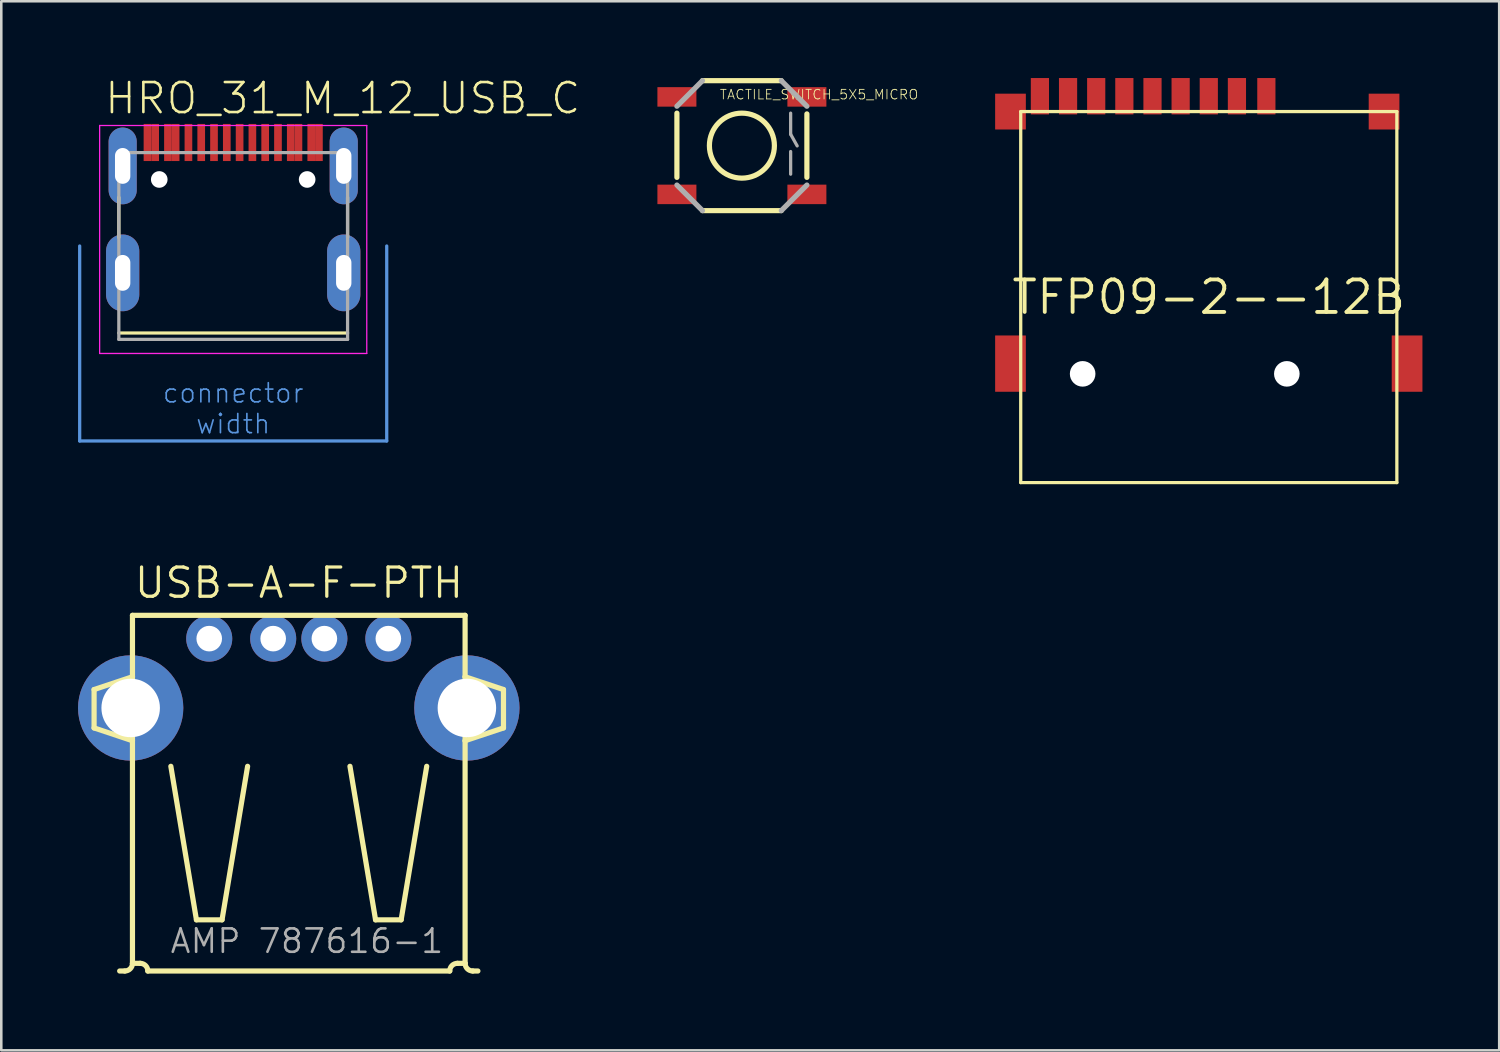
<source format=kicad_pcb>
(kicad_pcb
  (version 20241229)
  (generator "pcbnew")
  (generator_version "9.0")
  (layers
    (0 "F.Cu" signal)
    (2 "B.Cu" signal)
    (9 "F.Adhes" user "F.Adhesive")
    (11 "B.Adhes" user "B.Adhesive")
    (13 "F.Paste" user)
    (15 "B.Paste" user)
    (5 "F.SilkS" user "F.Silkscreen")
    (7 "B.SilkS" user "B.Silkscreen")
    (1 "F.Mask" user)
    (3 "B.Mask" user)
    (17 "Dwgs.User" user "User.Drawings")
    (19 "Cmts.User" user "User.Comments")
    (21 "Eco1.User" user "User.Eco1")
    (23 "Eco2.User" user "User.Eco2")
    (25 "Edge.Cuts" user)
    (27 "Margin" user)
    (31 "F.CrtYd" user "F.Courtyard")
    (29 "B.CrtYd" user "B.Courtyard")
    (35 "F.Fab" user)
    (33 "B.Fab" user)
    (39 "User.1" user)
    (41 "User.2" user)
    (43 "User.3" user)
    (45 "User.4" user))
  (footprint "HRO_31_M_12_USB_C"
    (layer "F.Cu")
    (at 6.064 6.564)
    (property "Reference" "HRO_31_M_12_USB_C" (at -5.086 -5.086 0) (layer "F.SilkS") (effects (font (size 1.173 1.173) (thickness 0.102)) (justify left bottom)))
    (fp_line (start -4.47 -0.335) (end -4.47 -1.9) (stroke (width 0.127) (type solid)) (layer "F.SilkS"))
    (fp_line (start -4.47 3.4) (end 4.47 3.4) (stroke (width 0.127) (type solid)) (layer "F.SilkS"))
    (fp_line (start 4.47 -0.335) (end 4.47 -1.9) (stroke (width 0.127) (type solid)) (layer "F.SilkS"))
    (fp_line (start -6 0) (end -6 7.62) (stroke (width 0.127) (type solid)) (layer "Cmts.User"))
    (fp_line (start -6 7.62) (end 6 7.62) (stroke (width 0.127) (type solid)) (layer "Cmts.User"))
    (fp_line (start 6 7.62) (end 6 0) (stroke (width 0.127) (type solid)) (layer "Cmts.User"))
    (fp_line (start -5.22 -4.71) (end 5.22 -4.71) (stroke (width 0.05) (type solid)) (layer "F.CrtYd"))
    (fp_line (start -5.22 4.2) (end -5.22 -4.71) (stroke (width 0.05) (type solid)) (layer "F.CrtYd"))
    (fp_line (start 5.22 -4.71) (end 5.22 4.2) (stroke (width 0.05) (type solid)) (layer "F.CrtYd"))
    (fp_line (start 5.22 4.2) (end -5.22 4.2) (stroke (width 0.05) (type solid)) (layer "F.CrtYd"))
    (fp_line (start -4.47 -3.65) (end -4.47 3.65) (stroke (width 0.127) (type solid)) (layer "F.Fab"))
    (fp_line (start -4.47 3.65) (end 4.47 3.65) (stroke (width 0.127) (type solid)) (layer "F.Fab"))
    (fp_line (start 4.47 -3.65) (end -4.47 -3.65) (stroke (width 0.127) (type solid)) (layer "F.Fab"))
    (fp_line (start 4.47 3.65) (end 4.47 -3.65) (stroke (width 0.127) (type solid)) (layer "F.Fab"))
    (fp_text user "connector\nwidth" (at 0 6.35 0) (layer "Cmts.User") (effects (font (size 0.748 0.748) (thickness 0.065))))
    (pad "" np_thru_hole circle (at -2.89 -2.6) (size 0.65 0.65) (drill 0.65) (layers "*.Cu" "*.Mask"))
    (pad "" np_thru_hole circle (at 2.89 -2.6) (size 0.65 0.65) (drill 0.65) (layers "*.Cu" "*.Mask"))
    (pad "A1" smd rect (at -3.35 -4.045) (size 0.3 1.45) (layers "F.Cu" "F.Mask" "F.Paste"))
    (pad "A4" smd rect (at -2.55 -4.045) (size 0.3 1.45) (layers "F.Cu" "F.Mask" "F.Paste"))
    (pad "A5" smd rect (at -1.25 -4.045) (size 0.3 1.45) (layers "F.Cu" "F.Mask" "F.Paste"))
    (pad "A6" smd rect (at -0.25 -4.045) (size 0.3 1.45) (layers "F.Cu" "F.Mask" "F.Paste"))
    (pad "A7" smd rect (at 0.25 -4.045) (size 0.3 1.45) (layers "F.Cu" "F.Mask" "F.Paste"))
    (pad "A8" smd rect (at 1.25 -4.045) (size 0.3 1.45) (layers "F.Cu" "F.Mask" "F.Paste"))
    (pad "A9" smd rect (at 2.55 -4.045) (size 0.3 1.45) (layers "F.Cu" "F.Mask" "F.Paste"))
    (pad "A12" smd rect (at 3.35 -4.045) (size 0.3 1.45) (layers "F.Cu" "F.Mask" "F.Paste"))
    (pad "B1" smd rect (at 3.05 -4.045) (size 0.3 1.45) (layers "F.Cu" "F.Mask" "F.Paste"))
    (pad "B4" smd rect (at 2.25 -4.045) (size 0.3 1.45) (layers "F.Cu" "F.Mask" "F.Paste"))
    (pad "B5" smd rect (at 1.75 -4.045) (size 0.3 1.45) (layers "F.Cu" "F.Mask" "F.Paste"))
    (pad "B6" smd rect (at 0.75 -4.045) (size 0.3 1.45) (layers "F.Cu" "F.Mask" "F.Paste"))
    (pad "B7" smd rect (at -0.75 -4.045) (size 0.3 1.45) (layers "F.Cu" "F.Mask" "F.Paste"))
    (pad "B8" smd rect (at -1.75 -4.045) (size 0.3 1.45) (layers "F.Cu" "F.Mask" "F.Paste"))
    (pad "B9" smd rect (at -2.25 -4.045) (size 0.3 1.45) (layers "F.Cu" "F.Mask" "F.Paste"))
    (pad "B12" smd rect (at -3.05 -4.045) (size 0.3 1.45) (layers "F.Cu" "F.Mask" "F.Paste"))
    (pad "S1" thru_hole oval (at -4.32 -3.13 90) (size 3 1.1) (drill oval 1.4 0.6) (layers "*.Cu" "*.Mask"))
    (pad "S2" thru_hole oval (at 4.32 -3.13 90) (size 3 1.1) (drill oval 1.4 0.6) (layers "*.Cu" "*.Mask"))
    (pad "S3" thru_hole oval (at -4.32 1.05 90) (size 3 1.3) (drill oval 1.4 0.6) (layers "*.Cu" "*.Mask"))
    (pad "S4" thru_hole oval (at 4.32 1.05 90) (size 3 1.3) (drill oval 1.4 0.6) (layers "*.Cu" "*.Mask"))
    (zone (net_name "") (layers "F.Cu" "B.Cu") (hatch edge 0.5) (connect_pads) (min_thickness 0.25) (filled_areas_thickness no) (keepout (tracks allowed) (vias not_allowed) (pads allowed) (copperpour allowed) (footprints allowed)) (placement (enabled no)) (fill) (polygon (pts (xy 2.561 10.337) (xy 9.563 10.337) (xy 9.563 4.684) (xy 2.561 4.684)))))
  (footprint "USB-A-F-PTH"
    (layer "F.Cu")
    (at 8.627 27.279)
    (property "Reference" "USB-A-F-PTH" (at -6.5 -6.88 0) (layer "F.SilkS") (effects (font (size 1.143 1.143) (thickness 0.127)) (justify left bottom)))
    (fp_line (start -8 -3.38) (end -8 -1.88) (stroke (width 0.203) (type solid)) (layer "F.SilkS"))
    (fp_line (start -8 -1.88) (end -6.5 -1.38) (stroke (width 0.203) (type solid)) (layer "F.SilkS"))
    (fp_line (start -6.8 7.62) (end -7 7.62) (stroke (width 0.203) (type solid)) (layer "F.SilkS"))
    (fp_line (start -6.5 -6.28) (end -6.5 -3.88) (stroke (width 0.203) (type solid)) (layer "F.SilkS"))
    (fp_line (start -6.5 -3.88) (end -8 -3.38) (stroke (width 0.203) (type solid)) (layer "F.SilkS"))
    (fp_line (start -6.5 -3.88) (end -6.5 -1.38) (stroke (width 0.203) (type solid)) (layer "F.SilkS"))
    (fp_line (start -6.5 -1.38) (end -6.5 7.32) (stroke (width 0.203) (type solid)) (layer "F.SilkS"))
    (fp_line (start -6.5 7.32) (end -6.5 7.32) (stroke (width 0.203) (type solid)) (layer "F.SilkS"))
    (fp_line (start -6.5 7.32) (end -6.2 7.32) (stroke (width 0.203) (type solid)) (layer "F.SilkS"))
    (fp_line (start -5.9 7.62) (end 5.9 7.62) (stroke (width 0.203) (type solid)) (layer "F.SilkS"))
    (fp_line (start -5 -0.38) (end -4 5.62) (stroke (width 0.203) (type solid)) (layer "F.SilkS"))
    (fp_line (start -4 5.62) (end -3 5.62) (stroke (width 0.203) (type solid)) (layer "F.SilkS"))
    (fp_line (start -3 5.62) (end -2 -0.38) (stroke (width 0.203) (type solid)) (layer "F.SilkS"))
    (fp_line (start 3 5.62) (end 2 -0.38) (stroke (width 0.203) (type solid)) (layer "F.SilkS"))
    (fp_line (start 4 5.62) (end 3 5.62) (stroke (width 0.203) (type solid)) (layer "F.SilkS"))
    (fp_line (start 5 -0.38) (end 4 5.62) (stroke (width 0.203) (type solid)) (layer "F.SilkS"))
    (fp_line (start 6.2 7.32) (end 6.5 7.32) (stroke (width 0.203) (type solid)) (layer "F.SilkS"))
    (fp_line (start 6.5 -6.28) (end -6.5 -6.28) (stroke (width 0.203) (type solid)) (layer "F.SilkS"))
    (fp_line (start 6.5 -3.88) (end 6.5 -6.28) (stroke (width 0.203) (type solid)) (layer "F.SilkS"))
    (fp_line (start 6.5 -3.88) (end 8 -3.38) (stroke (width 0.203) (type solid)) (layer "F.SilkS"))
    (fp_line (start 6.5 -1.38) (end 6.5 -3.88) (stroke (width 0.203) (type solid)) (layer "F.SilkS"))
    (fp_line (start 6.5 7.32) (end 6.5 -1.38) (stroke (width 0.203) (type solid)) (layer "F.SilkS"))
    (fp_line (start 6.8 7.62) (end 7 7.62) (stroke (width 0.203) (type solid)) (layer "F.SilkS"))
    (fp_line (start 8 -3.38) (end 8 -1.88) (stroke (width 0.203) (type solid)) (layer "F.SilkS"))
    (fp_line (start 8 -1.88) (end 6.5 -1.38) (stroke (width 0.203) (type solid)) (layer "F.SilkS"))
    (fp_arc (start -6.4999 7.32) (mid -6.587768 7.532132) (end -6.7999 7.62) (stroke (width 0.2032) (type solid)) (layer "F.SilkS"))
    (fp_arc (start -6.2 7.32) (mid -5.987868 7.407868) (end -5.9 7.62) (stroke (width 0.2032) (type solid)) (layer "F.SilkS"))
    (fp_arc (start 5.9 7.62) (mid 5.987861 7.407833) (end 6.199998 7.3199) (stroke (width 0.2032) (type solid)) (layer "F.SilkS"))
    (fp_arc (start 6.8 7.62) (mid 6.587868 7.532132) (end 6.5 7.32) (stroke (width 0.2032) (type solid)) (layer "F.SilkS"))
    (fp_text user "AMP 787616-1" (at -5.08 6.985 0) (layer "F.Fab") (effects (font (size 0.914 0.914) (thickness 0.102)) (justify left bottom)))
    (pad "D+" thru_hole circle (at 1 -5.37) (size 1.8 1.8) (drill 1) (layers "*.Cu" "*.Mask"))
    (pad "D-" thru_hole circle (at -1 -5.37) (size 1.8 1.8) (drill 1) (layers "*.Cu" "*.Mask"))
    (pad "GND" thru_hole circle (at 3.5 -5.37) (size 1.8 1.8) (drill 1) (layers "*.Cu" "*.Mask"))
    (pad "P$1" thru_hole circle (at -6.57 -2.66) (size 4.115 4.115) (drill 2.286) (layers "*.Cu" "*.Mask"))
    (pad "P$2" thru_hole circle (at 6.57 -2.66) (size 4.115 4.115) (drill 2.286) (layers "*.Cu" "*.Mask"))
    (pad "VBUS" thru_hole circle (at -3.5 -5.37) (size 1.8 1.8) (drill 1) (layers "*.Cu" "*.Mask")))
  (footprint "TFP09-2--12B"
    (layer "F.Cu")
    (at 44.192 8.561)
    (property "Reference" "TFP09-2--12B" (at 0 0 0) (layer "F.SilkS") (effects (font (size 1.27 1.27) (thickness 0.15))))
    (fp_line (start -7.35 -7.25) (end -7.35 7.25) (stroke (width 0.127) (type solid)) (layer "F.SilkS"))
    (fp_line (start -7.35 -7.25) (end 7.35 -7.25) (stroke (width 0.127) (type solid)) (layer "F.SilkS"))
    (fp_line (start -7.35 7.25) (end 7.35 7.25) (stroke (width 0.127) (type solid)) (layer "F.SilkS"))
    (fp_line (start 7.35 -7.25) (end 7.35 7.25) (stroke (width 0.127) (type solid)) (layer "F.SilkS"))
    (pad "" np_thru_hole circle (at -4.93 3) (size 1 1) (drill 1) (layers "*.Cu" "*.Mask"))
    (pad "" np_thru_hole circle (at 3.05 3) (size 1 1) (drill 1) (layers "*.Cu" "*.Mask"))
    (pad "CD" smd rect (at -6.6 -7.85 90) (size 1.422 0.711) (layers "F.Cu" "F.Mask" "F.Paste"))
    (pad "CD/DAT3" smd rect (at 1.1 -7.85 90) (size 1.422 0.711) (layers "F.Cu" "F.Mask" "F.Paste"))
    (pad "CLK" smd rect (at -2.2 -7.85 90) (size 1.422 0.711) (layers "F.Cu" "F.Mask" "F.Paste"))
    (pad "CMD" smd rect (at 0 -7.85 90) (size 1.422 0.711) (layers "F.Cu" "F.Mask" "F.Paste"))
    (pad "DAT0" smd rect (at -4.4 -7.85 90) (size 1.422 0.711) (layers "F.Cu" "F.Mask" "F.Paste"))
    (pad "DAT1" smd rect (at -5.5 -7.85 90) (size 1.422 0.711) (layers "F.Cu" "F.Mask" "F.Paste"))
    (pad "DAT2" smd rect (at 2.25 -7.85 90) (size 1.422 0.711) (layers "F.Cu" "F.Mask" "F.Paste"))
    (pad "GND" smd rect (at -7.75 2.6 90) (size 2.2 1.2) (layers "F.Cu" "F.Mask" "F.Paste"))
    (pad "GND@1" smd rect (at 7.75 2.6 90) (size 2.2 1.2) (layers "F.Cu" "F.Mask" "F.Paste"))
    (pad "GND@2" smd rect (at -7.75 -7.25 90) (size 1.4 1.2) (layers "F.Cu" "F.Mask" "F.Paste"))
    (pad "GND@3" smd rect (at 6.85 -7.25 90) (size 1.4 1.2) (layers "F.Cu" "F.Mask" "F.Paste"))
    (pad "VCC" smd rect (at -1.1 -7.85 90) (size 1.422 0.711) (layers "F.Cu" "F.Mask" "F.Paste"))
    (pad "VSS" smd rect (at -3.3 -7.85 90) (size 1.422 0.711) (layers "F.Cu" "F.Mask" "F.Paste")))
  (footprint "TACTILE_SWITCH_5X5_MICRO"
    (layer "F.Cu")
    (at 25.945 2.642)
    (property "Reference" "TACTILE_SWITCH_5X5_MICRO" (at -0.889 -1.778 0) (layer "F.SilkS") (effects (font (size 0.374 0.374) (thickness 0.033)) (justify left bottom)))
    (fp_line (start -2.54 1.24) (end -2.54 -1.27) (stroke (width 0.203) (type solid)) (layer "F.SilkS"))
    (fp_line (start -1.54 -2.54) (end 1.54 -2.54) (stroke (width 0.203) (type solid)) (layer "F.SilkS"))
    (fp_line (start 1.54 2.54) (end -1.54 2.54) (stroke (width 0.203) (type solid)) (layer "F.SilkS"))
    (fp_line (start 2.54 -1.24) (end 2.54 1.24) (stroke (width 0.203) (type solid)) (layer "F.SilkS"))
    (fp_circle (center 0 0) (end 1.27 0) (stroke (width 0.203) (type solid)) (fill no) (layer "F.SilkS"))
    (fp_line (start -2.54 -1.54) (end -1.54 -2.54) (stroke (width 0.203) (type solid)) (layer "F.Fab"))
    (fp_line (start -1.54 2.54) (end -2.54 1.54) (stroke (width 0.203) (type solid)) (layer "F.Fab"))
    (fp_line (start 1.54 -2.54) (end 2.54 -1.54) (stroke (width 0.203) (type solid)) (layer "F.Fab"))
    (fp_line (start 1.905 -1.27) (end 1.905 -0.445) (stroke (width 0.127) (type solid)) (layer "F.Fab"))
    (fp_line (start 1.905 -0.445) (end 2.16 0.01) (stroke (width 0.127) (type solid)) (layer "F.Fab"))
    (fp_line (start 1.905 0.23) (end 1.905 1.115) (stroke (width 0.127) (type solid)) (layer "F.Fab"))
    (fp_line (start 2.54 1.54) (end 1.54 2.54) (stroke (width 0.203) (type solid)) (layer "F.Fab"))
    (pad "1" smd rect (at -2.54 -1.905 90) (size 0.762 1.524) (layers "F.Cu" "F.Mask" "F.Paste"))
    (pad "2" smd rect (at 2.54 -1.905 90) (size 0.762 1.524) (layers "F.Cu" "F.Mask" "F.Paste"))
    (pad "3" smd rect (at -2.54 1.905 90) (size 0.762 1.524) (layers "F.Cu" "F.Mask" "F.Paste"))
    (pad "4" smd rect (at 2.54 1.905 90) (size 0.762 1.524) (layers "F.Cu" "F.Mask" "F.Paste")))
  (gr_rect
    (start -3 -3)
    (end 55.542 38)
    (stroke (width 0.1) (type default))
    (fill no)
    (layer "Edge.Cuts")))
</source>
